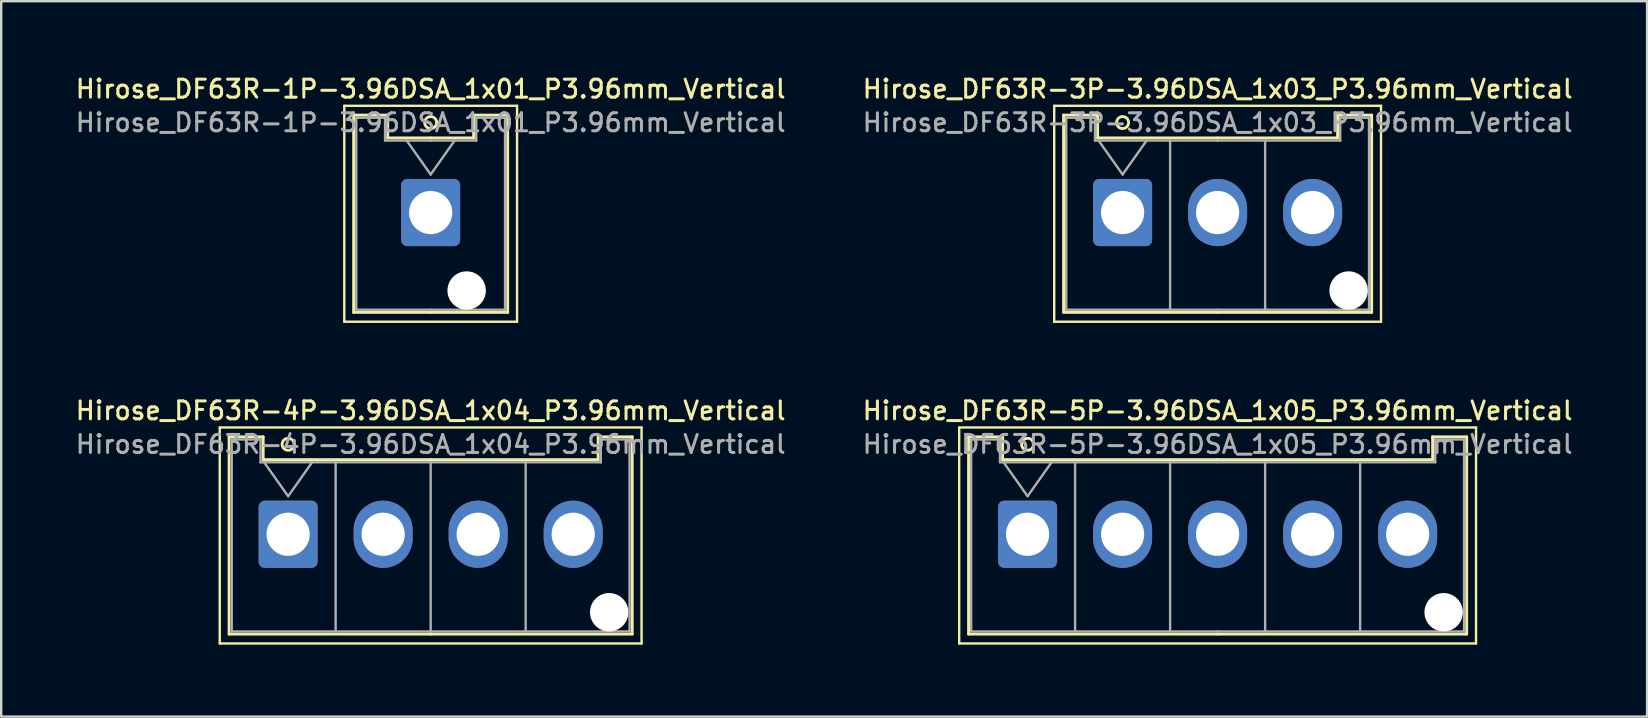
<source format=kicad_pcb>
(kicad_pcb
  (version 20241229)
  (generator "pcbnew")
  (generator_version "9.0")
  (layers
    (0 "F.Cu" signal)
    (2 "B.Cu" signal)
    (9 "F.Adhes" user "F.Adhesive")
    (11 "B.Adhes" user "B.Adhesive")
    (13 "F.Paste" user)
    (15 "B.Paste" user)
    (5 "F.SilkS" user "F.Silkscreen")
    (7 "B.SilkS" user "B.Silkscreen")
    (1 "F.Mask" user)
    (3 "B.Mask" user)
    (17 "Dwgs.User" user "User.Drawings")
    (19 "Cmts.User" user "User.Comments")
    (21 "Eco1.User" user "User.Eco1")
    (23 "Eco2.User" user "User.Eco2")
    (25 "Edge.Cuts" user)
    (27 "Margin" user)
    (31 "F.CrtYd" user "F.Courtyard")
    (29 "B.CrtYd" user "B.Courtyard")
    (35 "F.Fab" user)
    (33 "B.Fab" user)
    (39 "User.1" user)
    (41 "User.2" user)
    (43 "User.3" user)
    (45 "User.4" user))
  (footprint "Hirose_DF63R-1P-3.96DSA_1x01_P3.96mm_Vertical"
    (layer "F.Cu")
    (at 14.898 5.808)
    (property "Reference" "Hirose_DF63R-1P-3.96DSA_1x01_P3.96mm_Vertical" (at 0 -5.15 0) (layer "F.SilkS") (effects (font (size 0.75 0.75) (thickness 0.125))))
    (attr through_hole)
    (fp_line (start -3.6 -4.45) (end -3.6 4.55) (stroke (width 0.1) (type solid)) (layer "F.SilkS"))
    (fp_line (start -3.6 4.55) (end 3.6 4.55) (stroke (width 0.1) (type solid)) (layer "F.SilkS"))
    (fp_line (start -3.21 -4.06) (end -1.79 -4.06) (stroke (width 0.12) (type solid)) (layer "F.SilkS"))
    (fp_line (start -3.21 4.16) (end -3.21 -4.06) (stroke (width 0.12) (type solid)) (layer "F.SilkS"))
    (fp_line (start -1.79 -4.06) (end -1.79 -3.11) (stroke (width 0.12) (type solid)) (layer "F.SilkS"))
    (fp_line (start -1.79 -3.11) (end 0 -3.11) (stroke (width 0.12) (type solid)) (layer "F.SilkS"))
    (fp_line (start 0 4.16) (end -3.21 4.16) (stroke (width 0.12) (type solid)) (layer "F.SilkS"))
    (fp_line (start 0 4.16) (end 3.21 4.16) (stroke (width 0.12) (type solid)) (layer "F.SilkS"))
    (fp_line (start 1.79 -4.06) (end 1.79 -3.11) (stroke (width 0.12) (type solid)) (layer "F.SilkS"))
    (fp_line (start 1.79 -3.11) (end 0 -3.11) (stroke (width 0.12) (type solid)) (layer "F.SilkS"))
    (fp_line (start 3.21 -4.06) (end 1.79 -4.06) (stroke (width 0.12) (type solid)) (layer "F.SilkS"))
    (fp_line (start 3.21 4.16) (end 3.21 -4.06) (stroke (width 0.12) (type solid)) (layer "F.SilkS"))
    (fp_line (start 3.6 -4.45) (end -3.6 -4.45) (stroke (width 0.1) (type solid)) (layer "F.SilkS"))
    (fp_line (start 3.6 4.55) (end 3.6 -4.45) (stroke (width 0.1) (type solid)) (layer "F.SilkS"))
    (fp_circle (center 0 -3.75) (end 0.25 -3.75) (stroke (width 0.12) (type solid)) (fill no) (layer "F.SilkS"))
    (fp_line (start -3.1 -3.95) (end -1.9 -3.95) (stroke (width 0.1) (type solid)) (layer "F.Fab"))
    (fp_line (start -3.1 4.05) (end -3.1 -3.95) (stroke (width 0.1) (type solid)) (layer "F.Fab"))
    (fp_line (start -1.9 -3.95) (end -1.9 -3) (stroke (width 0.1) (type solid)) (layer "F.Fab"))
    (fp_line (start -1.9 -3) (end 0 -3) (stroke (width 0.1) (type solid)) (layer "F.Fab"))
    (fp_line (start -1 -3) (end 0 -1.586) (stroke (width 0.1) (type solid)) (layer "F.Fab"))
    (fp_line (start 0 -1.586) (end 1 -3) (stroke (width 0.1) (type solid)) (layer "F.Fab"))
    (fp_line (start 0 4.05) (end -3.1 4.05) (stroke (width 0.1) (type solid)) (layer "F.Fab"))
    (fp_line (start 0 4.05) (end 3.1 4.05) (stroke (width 0.1) (type solid)) (layer "F.Fab"))
    (fp_line (start 1.9 -3.95) (end 1.9 -3) (stroke (width 0.1) (type solid)) (layer "F.Fab"))
    (fp_line (start 1.9 -3) (end 0 -3) (stroke (width 0.1) (type solid)) (layer "F.Fab"))
    (fp_line (start 3.1 -3.95) (end 1.9 -3.95) (stroke (width 0.1) (type solid)) (layer "F.Fab"))
    (fp_line (start 3.1 4.05) (end 3.1 -3.95) (stroke (width 0.1) (type solid)) (layer "F.Fab"))
    (fp_text user "${REFERENCE}" (at 0 -3.75 0) (layer "F.Fab") (effects (font (size 0.75 0.75) (thickness 0.125))))
    (pad "" np_thru_hole circle (at 1.5 3.25) (size 1.6 1.6) (drill 1.6) (layers "*.Cu" "*.Mask"))
    (pad "1" thru_hole roundrect (at 0 0) (size 2.46 2.8) (drill 1.8) (layers "*.Cu" "*.Mask") (roundrect_rratio 0.102)))
  (footprint "Hirose_DF63R-3P-3.96DSA_1x03_P3.96mm_Vertical"
    (layer "F.Cu")
    (at 43.735 5.808)
    (property "Reference" "Hirose_DF63R-3P-3.96DSA_1x03_P3.96mm_Vertical" (at 3.96 -5.15 0) (layer "F.SilkS") (effects (font (size 0.75 0.75) (thickness 0.125))))
    (attr through_hole)
    (fp_line (start -2.85 -4.45) (end -2.85 4.55) (stroke (width 0.1) (type solid)) (layer "F.SilkS"))
    (fp_line (start -2.85 4.55) (end 10.77 4.55) (stroke (width 0.1) (type solid)) (layer "F.SilkS"))
    (fp_line (start -2.46 -4.06) (end -1.04 -4.06) (stroke (width 0.12) (type solid)) (layer "F.SilkS"))
    (fp_line (start -2.46 4.16) (end -2.46 -4.06) (stroke (width 0.12) (type solid)) (layer "F.SilkS"))
    (fp_line (start -1.04 -4.06) (end -1.04 -3.11) (stroke (width 0.12) (type solid)) (layer "F.SilkS"))
    (fp_line (start -1.04 -3.11) (end 3.96 -3.11) (stroke (width 0.12) (type solid)) (layer "F.SilkS"))
    (fp_line (start 3.96 4.16) (end -2.46 4.16) (stroke (width 0.12) (type solid)) (layer "F.SilkS"))
    (fp_line (start 3.96 4.16) (end 10.38 4.16) (stroke (width 0.12) (type solid)) (layer "F.SilkS"))
    (fp_line (start 8.96 -4.06) (end 8.96 -3.11) (stroke (width 0.12) (type solid)) (layer "F.SilkS"))
    (fp_line (start 8.96 -3.11) (end 3.96 -3.11) (stroke (width 0.12) (type solid)) (layer "F.SilkS"))
    (fp_line (start 10.38 -4.06) (end 8.96 -4.06) (stroke (width 0.12) (type solid)) (layer "F.SilkS"))
    (fp_line (start 10.38 4.16) (end 10.38 -4.06) (stroke (width 0.12) (type solid)) (layer "F.SilkS"))
    (fp_line (start 10.77 -4.45) (end -2.85 -4.45) (stroke (width 0.1) (type solid)) (layer "F.SilkS"))
    (fp_line (start 10.77 4.55) (end 10.77 -4.45) (stroke (width 0.1) (type solid)) (layer "F.SilkS"))
    (fp_circle (center 0 -3.75) (end 0.25 -3.75) (stroke (width 0.12) (type solid)) (fill no) (layer "F.SilkS"))
    (fp_line (start -2.35 -3.95) (end -1.15 -3.95) (stroke (width 0.1) (type solid)) (layer "F.Fab"))
    (fp_line (start -2.35 4.05) (end -2.35 -3.95) (stroke (width 0.1) (type solid)) (layer "F.Fab"))
    (fp_line (start -1.15 -3.95) (end -1.15 -3) (stroke (width 0.1) (type solid)) (layer "F.Fab"))
    (fp_line (start -1.15 -3) (end 3.96 -3) (stroke (width 0.1) (type solid)) (layer "F.Fab"))
    (fp_line (start -1 -3) (end 0 -1.586) (stroke (width 0.1) (type solid)) (layer "F.Fab"))
    (fp_line (start 0 -1.586) (end 1 -3) (stroke (width 0.1) (type solid)) (layer "F.Fab"))
    (fp_line (start 1.98 -3) (end 1.98 4.05) (stroke (width 0.1) (type solid)) (layer "F.Fab"))
    (fp_line (start 3.96 4.05) (end -2.35 4.05) (stroke (width 0.1) (type solid)) (layer "F.Fab"))
    (fp_line (start 3.96 4.05) (end 10.27 4.05) (stroke (width 0.1) (type solid)) (layer "F.Fab"))
    (fp_line (start 5.94 -3) (end 5.94 4.05) (stroke (width 0.1) (type solid)) (layer "F.Fab"))
    (fp_line (start 9.07 -3.95) (end 9.07 -3) (stroke (width 0.1) (type solid)) (layer "F.Fab"))
    (fp_line (start 9.07 -3) (end 3.96 -3) (stroke (width 0.1) (type solid)) (layer "F.Fab"))
    (fp_line (start 10.27 -3.95) (end 9.07 -3.95) (stroke (width 0.1) (type solid)) (layer "F.Fab"))
    (fp_line (start 10.27 4.05) (end 10.27 -3.95) (stroke (width 0.1) (type solid)) (layer "F.Fab"))
    (fp_text user "${REFERENCE}" (at 3.96 -3.75 0) (layer "F.Fab") (effects (font (size 0.75 0.75) (thickness 0.125))))
    (pad "" np_thru_hole circle (at 9.42 3.25) (size 1.6 1.6) (drill 1.6) (layers "*.Cu" "*.Mask"))
    (pad "1" thru_hole roundrect (at 0 0) (size 2.46 2.8) (drill 1.8) (layers "*.Cu" "*.Mask") (roundrect_rratio 0.102))
    (pad "2" thru_hole oval (at 3.96 0) (size 2.46 2.8) (drill 1.8) (layers "*.Cu" "*.Mask"))
    (pad "3" thru_hole oval (at 7.92 0) (size 2.46 2.8) (drill 1.8) (layers "*.Cu" "*.Mask")))
  (footprint "Hirose_DF63R-5P-3.96DSA_1x05_P3.96mm_Vertical"
    (layer "F.Cu")
    (at 39.775 19.216)
    (property "Reference" "Hirose_DF63R-5P-3.96DSA_1x05_P3.96mm_Vertical" (at 7.92 -5.15 0) (layer "F.SilkS") (effects (font (size 0.75 0.75) (thickness 0.125))))
    (attr through_hole)
    (fp_line (start -2.85 -4.45) (end -2.85 4.55) (stroke (width 0.1) (type solid)) (layer "F.SilkS"))
    (fp_line (start -2.85 4.55) (end 18.69 4.55) (stroke (width 0.1) (type solid)) (layer "F.SilkS"))
    (fp_line (start -2.46 -4.06) (end -1.04 -4.06) (stroke (width 0.12) (type solid)) (layer "F.SilkS"))
    (fp_line (start -2.46 4.16) (end -2.46 -4.06) (stroke (width 0.12) (type solid)) (layer "F.SilkS"))
    (fp_line (start -1.04 -4.06) (end -1.04 -3.11) (stroke (width 0.12) (type solid)) (layer "F.SilkS"))
    (fp_line (start -1.04 -3.11) (end 7.92 -3.11) (stroke (width 0.12) (type solid)) (layer "F.SilkS"))
    (fp_line (start 7.92 4.16) (end -2.46 4.16) (stroke (width 0.12) (type solid)) (layer "F.SilkS"))
    (fp_line (start 7.92 4.16) (end 18.3 4.16) (stroke (width 0.12) (type solid)) (layer "F.SilkS"))
    (fp_line (start 16.88 -4.06) (end 16.88 -3.11) (stroke (width 0.12) (type solid)) (layer "F.SilkS"))
    (fp_line (start 16.88 -3.11) (end 7.92 -3.11) (stroke (width 0.12) (type solid)) (layer "F.SilkS"))
    (fp_line (start 18.3 -4.06) (end 16.88 -4.06) (stroke (width 0.12) (type solid)) (layer "F.SilkS"))
    (fp_line (start 18.3 4.16) (end 18.3 -4.06) (stroke (width 0.12) (type solid)) (layer "F.SilkS"))
    (fp_line (start 18.69 -4.45) (end -2.85 -4.45) (stroke (width 0.1) (type solid)) (layer "F.SilkS"))
    (fp_line (start 18.69 4.55) (end 18.69 -4.45) (stroke (width 0.1) (type solid)) (layer "F.SilkS"))
    (fp_circle (center 0 -3.75) (end 0.25 -3.75) (stroke (width 0.12) (type solid)) (fill no) (layer "F.SilkS"))
    (fp_line (start -2.35 -3.95) (end -1.15 -3.95) (stroke (width 0.1) (type solid)) (layer "F.Fab"))
    (fp_line (start -2.35 4.05) (end -2.35 -3.95) (stroke (width 0.1) (type solid)) (layer "F.Fab"))
    (fp_line (start -1.15 -3.95) (end -1.15 -3) (stroke (width 0.1) (type solid)) (layer "F.Fab"))
    (fp_line (start -1.15 -3) (end 7.92 -3) (stroke (width 0.1) (type solid)) (layer "F.Fab"))
    (fp_line (start -1 -3) (end 0 -1.586) (stroke (width 0.1) (type solid)) (layer "F.Fab"))
    (fp_line (start 0 -1.586) (end 1 -3) (stroke (width 0.1) (type solid)) (layer "F.Fab"))
    (fp_line (start 1.98 -3) (end 1.98 4.05) (stroke (width 0.1) (type solid)) (layer "F.Fab"))
    (fp_line (start 5.94 -3) (end 5.94 4.05) (stroke (width 0.1) (type solid)) (layer "F.Fab"))
    (fp_line (start 7.92 4.05) (end -2.35 4.05) (stroke (width 0.1) (type solid)) (layer "F.Fab"))
    (fp_line (start 7.92 4.05) (end 18.19 4.05) (stroke (width 0.1) (type solid)) (layer "F.Fab"))
    (fp_line (start 9.9 -3) (end 9.9 4.05) (stroke (width 0.1) (type solid)) (layer "F.Fab"))
    (fp_line (start 13.86 -3) (end 13.86 4.05) (stroke (width 0.1) (type solid)) (layer "F.Fab"))
    (fp_line (start 16.99 -3.95) (end 16.99 -3) (stroke (width 0.1) (type solid)) (layer "F.Fab"))
    (fp_line (start 16.99 -3) (end 7.92 -3) (stroke (width 0.1) (type solid)) (layer "F.Fab"))
    (fp_line (start 18.19 -3.95) (end 16.99 -3.95) (stroke (width 0.1) (type solid)) (layer "F.Fab"))
    (fp_line (start 18.19 4.05) (end 18.19 -3.95) (stroke (width 0.1) (type solid)) (layer "F.Fab"))
    (fp_text user "${REFERENCE}" (at 7.92 -3.75 0) (layer "F.Fab") (effects (font (size 0.75 0.75) (thickness 0.125))))
    (pad "" np_thru_hole circle (at 17.34 3.25) (size 1.6 1.6) (drill 1.6) (layers "*.Cu" "*.Mask"))
    (pad "1" thru_hole roundrect (at 0 0) (size 2.46 2.8) (drill 1.8) (layers "*.Cu" "*.Mask") (roundrect_rratio 0.102))
    (pad "2" thru_hole oval (at 3.96 0) (size 2.46 2.8) (drill 1.8) (layers "*.Cu" "*.Mask"))
    (pad "3" thru_hole oval (at 7.92 0) (size 2.46 2.8) (drill 1.8) (layers "*.Cu" "*.Mask"))
    (pad "4" thru_hole oval (at 11.88 0) (size 2.46 2.8) (drill 1.8) (layers "*.Cu" "*.Mask"))
    (pad "5" thru_hole oval (at 15.84 0) (size 2.46 2.8) (drill 1.8) (layers "*.Cu" "*.Mask")))
  (footprint "Hirose_DF63R-4P-3.96DSA_1x04_P3.96mm_Vertical"
    (layer "F.Cu")
    (at 8.958 19.216)
    (property "Reference" "Hirose_DF63R-4P-3.96DSA_1x04_P3.96mm_Vertical" (at 5.94 -5.15 0) (layer "F.SilkS") (effects (font (size 0.75 0.75) (thickness 0.125))))
    (attr through_hole)
    (fp_line (start -2.85 -4.45) (end -2.85 4.55) (stroke (width 0.1) (type solid)) (layer "F.SilkS"))
    (fp_line (start -2.85 4.55) (end 14.73 4.55) (stroke (width 0.1) (type solid)) (layer "F.SilkS"))
    (fp_line (start -2.46 -4.06) (end -1.04 -4.06) (stroke (width 0.12) (type solid)) (layer "F.SilkS"))
    (fp_line (start -2.46 4.16) (end -2.46 -4.06) (stroke (width 0.12) (type solid)) (layer "F.SilkS"))
    (fp_line (start -1.04 -4.06) (end -1.04 -3.11) (stroke (width 0.12) (type solid)) (layer "F.SilkS"))
    (fp_line (start -1.04 -3.11) (end 5.94 -3.11) (stroke (width 0.12) (type solid)) (layer "F.SilkS"))
    (fp_line (start 5.94 4.16) (end -2.46 4.16) (stroke (width 0.12) (type solid)) (layer "F.SilkS"))
    (fp_line (start 5.94 4.16) (end 14.34 4.16) (stroke (width 0.12) (type solid)) (layer "F.SilkS"))
    (fp_line (start 12.92 -4.06) (end 12.92 -3.11) (stroke (width 0.12) (type solid)) (layer "F.SilkS"))
    (fp_line (start 12.92 -3.11) (end 5.94 -3.11) (stroke (width 0.12) (type solid)) (layer "F.SilkS"))
    (fp_line (start 14.34 -4.06) (end 12.92 -4.06) (stroke (width 0.12) (type solid)) (layer "F.SilkS"))
    (fp_line (start 14.34 4.16) (end 14.34 -4.06) (stroke (width 0.12) (type solid)) (layer "F.SilkS"))
    (fp_line (start 14.73 -4.45) (end -2.85 -4.45) (stroke (width 0.1) (type solid)) (layer "F.SilkS"))
    (fp_line (start 14.73 4.55) (end 14.73 -4.45) (stroke (width 0.1) (type solid)) (layer "F.SilkS"))
    (fp_circle (center 0 -3.75) (end 0.25 -3.75) (stroke (width 0.12) (type solid)) (fill no) (layer "F.SilkS"))
    (fp_line (start -2.35 -3.95) (end -1.15 -3.95) (stroke (width 0.1) (type solid)) (layer "F.Fab"))
    (fp_line (start -2.35 4.05) (end -2.35 -3.95) (stroke (width 0.1) (type solid)) (layer "F.Fab"))
    (fp_line (start -1.15 -3.95) (end -1.15 -3) (stroke (width 0.1) (type solid)) (layer "F.Fab"))
    (fp_line (start -1.15 -3) (end 5.94 -3) (stroke (width 0.1) (type solid)) (layer "F.Fab"))
    (fp_line (start -1 -3) (end 0 -1.586) (stroke (width 0.1) (type solid)) (layer "F.Fab"))
    (fp_line (start 0 -1.586) (end 1 -3) (stroke (width 0.1) (type solid)) (layer "F.Fab"))
    (fp_line (start 1.98 -3) (end 1.98 4.05) (stroke (width 0.1) (type solid)) (layer "F.Fab"))
    (fp_line (start 5.94 -3) (end 5.94 4.05) (stroke (width 0.1) (type solid)) (layer "F.Fab"))
    (fp_line (start 5.94 4.05) (end -2.35 4.05) (stroke (width 0.1) (type solid)) (layer "F.Fab"))
    (fp_line (start 5.94 4.05) (end 14.23 4.05) (stroke (width 0.1) (type solid)) (layer "F.Fab"))
    (fp_line (start 9.9 -3) (end 9.9 4.05) (stroke (width 0.1) (type solid)) (layer "F.Fab"))
    (fp_line (start 13.03 -3.95) (end 13.03 -3) (stroke (width 0.1) (type solid)) (layer "F.Fab"))
    (fp_line (start 13.03 -3) (end 5.94 -3) (stroke (width 0.1) (type solid)) (layer "F.Fab"))
    (fp_line (start 14.23 -3.95) (end 13.03 -3.95) (stroke (width 0.1) (type solid)) (layer "F.Fab"))
    (fp_line (start 14.23 4.05) (end 14.23 -3.95) (stroke (width 0.1) (type solid)) (layer "F.Fab"))
    (fp_text user "${REFERENCE}" (at 5.94 -3.75 0) (layer "F.Fab") (effects (font (size 0.75 0.75) (thickness 0.125))))
    (pad "" np_thru_hole circle (at 13.38 3.25) (size 1.6 1.6) (drill 1.6) (layers "*.Cu" "*.Mask"))
    (pad "1" thru_hole roundrect (at 0 0) (size 2.46 2.8) (drill 1.8) (layers "*.Cu" "*.Mask") (roundrect_rratio 0.102))
    (pad "2" thru_hole oval (at 3.96 0) (size 2.46 2.8) (drill 1.8) (layers "*.Cu" "*.Mask"))
    (pad "3" thru_hole oval (at 7.92 0) (size 2.46 2.8) (drill 1.8) (layers "*.Cu" "*.Mask"))
    (pad "4" thru_hole oval (at 11.88 0) (size 2.46 2.8) (drill 1.8) (layers "*.Cu" "*.Mask")))
  (gr_rect
    (start -3 -3)
    (end 65.593 26.816)
    (stroke (width 0.1) (type default))
    (fill no)
    (layer "Edge.Cuts")))
</source>
